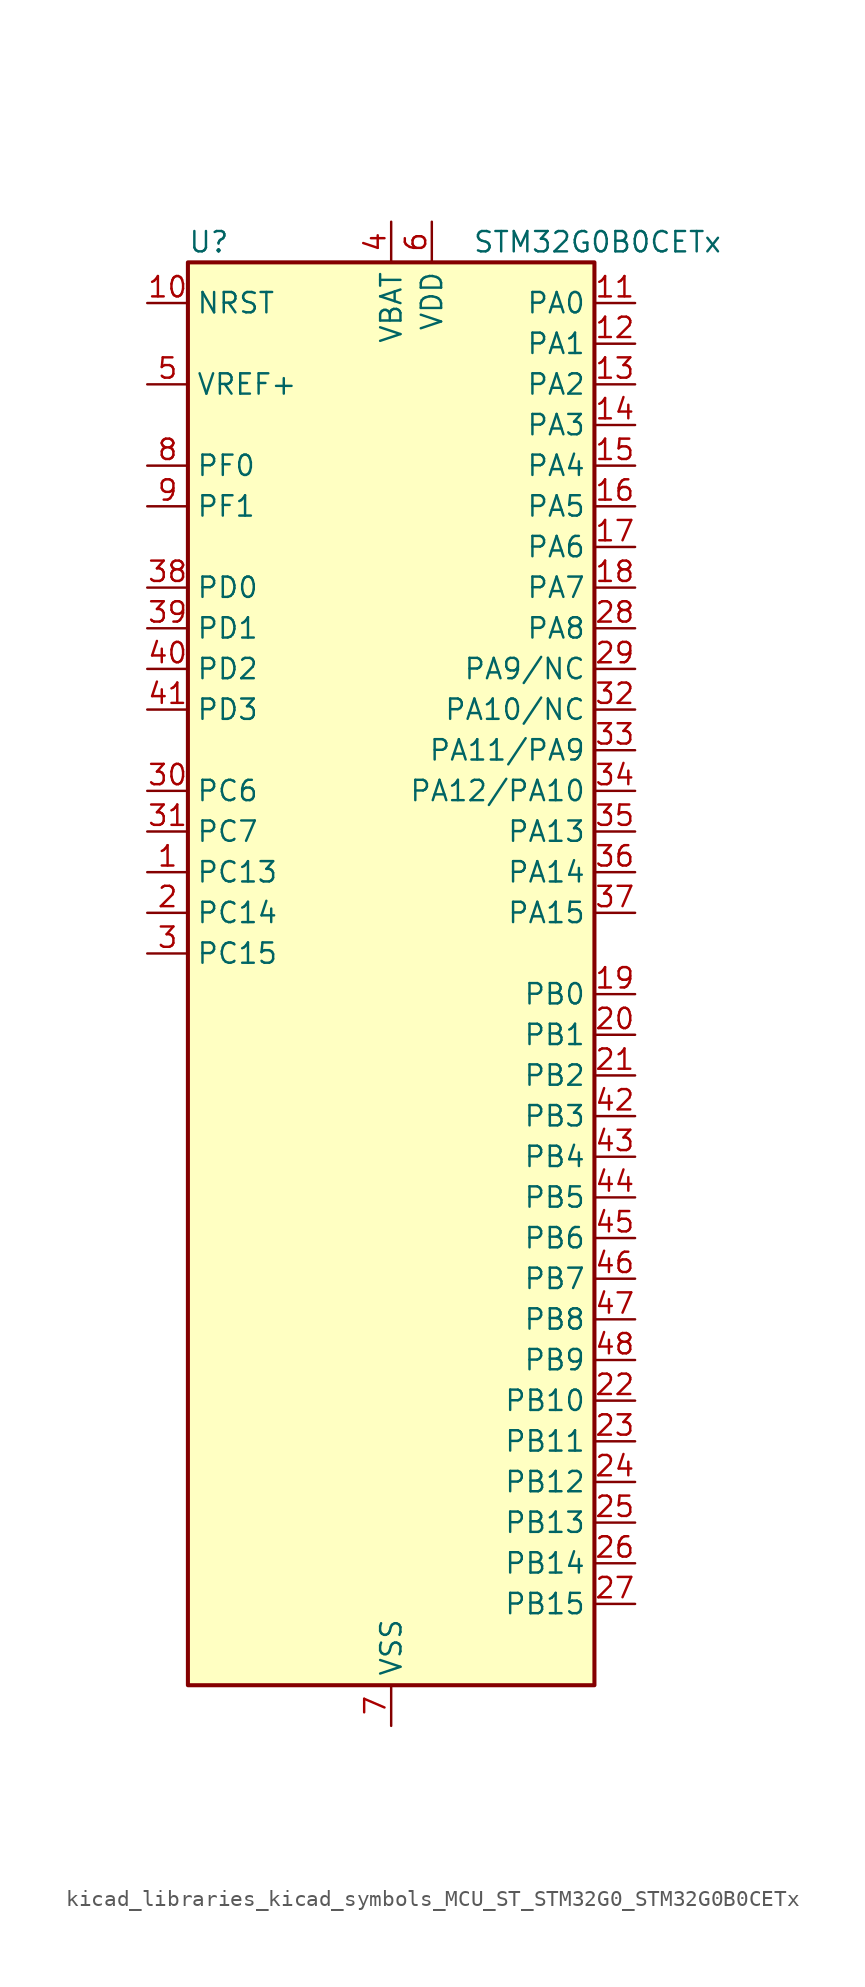
<source format=kicad_sym>
(kicad_symbol_lib
  (version 20220914)
  (generator kicad_symbol_editor)
  (symbol "kicad_libraries_kicad_symbols_MCU_ST_STM32G0_STM32G0B0CETx"
    (property "Reference" "U"
      (at -12.7 46.99 0)
      (effects (font (size 1.27 1.27)) (justify left)))
    (property "Value" "STM32G0B0CETx"
      (at 5.08 46.99 0)
      (effects (font (size 1.27 1.27)) (justify left)))
    (property "ki_locked" ""
      (at 0 0 0)
      (effects (font (size 1.27 1.27))))
    (symbol "kicad_libraries_kicad_symbols_MCU_ST_STM32G0_STM32G0B0CETx_0_1"
      (rectangle (start -12.7 -43.18) (end 12.7 45.72) (stroke (width 0.254) (type default)) (fill (type background))))
    (symbol "kicad_libraries_kicad_symbols_MCU_ST_STM32G0_STM32G0B0CETx_1_1"
      (pin bidirectional line (at -15.24 7.62 0) (length 2.54) (name "PC13" (effects (font (size 1.27 1.27)))) (number "1" (effects (font (size 1.27 1.27)))) (alternate "RTC_OUT1" bidirectional line) (alternate "RTC_TAMP_IN1" bidirectional line) (alternate "RTC_TS" bidirectional line) (alternate "SYS_WKUP2" bidirectional line) (alternate "TIM1_BK" bidirectional line))
      (pin input line (at -15.24 43.18 0) (length 2.54) (name "NRST" (effects (font (size 1.27 1.27)))) (number "10" (effects (font (size 1.27 1.27)))))
      (pin bidirectional line (at 15.24 43.18 180) (length 2.54) (name "PA0" (effects (font (size 1.27 1.27)))) (number "11" (effects (font (size 1.27 1.27)))) (alternate "ADC1_IN0" bidirectional line) (alternate "I2S2_CK" bidirectional line) (alternate "RTC_TAMP_IN2" bidirectional line) (alternate "SPI2_SCK" bidirectional line) (alternate "SYS_WKUP1" bidirectional line) (alternate "USART2_CTS" bidirectional line) (alternate "USART2_NSS" bidirectional line) (alternate "USART4_TX" bidirectional line))
      (pin bidirectional line (at 15.24 40.64 180) (length 2.54) (name "PA1" (effects (font (size 1.27 1.27)))) (number "12" (effects (font (size 1.27 1.27)))) (alternate "ADC1_IN1" bidirectional line) (alternate "I2C1_SMBA" bidirectional line) (alternate "I2S1_CK" bidirectional line) (alternate "SPI1_SCK" bidirectional line) (alternate "TIM15_CH1N" bidirectional line) (alternate "USART2_CK" bidirectional line) (alternate "USART2_DE" bidirectional line) (alternate "USART2_RTS" bidirectional line) (alternate "USART4_RX" bidirectional line))
      (pin bidirectional line (at 15.24 38.1 180) (length 2.54) (name "PA2" (effects (font (size 1.27 1.27)))) (number "13" (effects (font (size 1.27 1.27)))) (alternate "ADC1_IN2" bidirectional line) (alternate "I2S1_SD" bidirectional line) (alternate "RCC_LSCO" bidirectional line) (alternate "SPI1_MOSI" bidirectional line) (alternate "SYS_WKUP4" bidirectional line) (alternate "TIM15_CH1" bidirectional line) (alternate "USART2_TX" bidirectional line))
      (pin bidirectional line (at 15.24 35.56 180) (length 2.54) (name "PA3" (effects (font (size 1.27 1.27)))) (number "14" (effects (font (size 1.27 1.27)))) (alternate "ADC1_IN3" bidirectional line) (alternate "I2S2_MCK" bidirectional line) (alternate "SPI2_MISO" bidirectional line) (alternate "TIM15_CH2" bidirectional line) (alternate "USART2_RX" bidirectional line))
      (pin bidirectional line (at 15.24 33.02 180) (length 2.54) (name "PA4" (effects (font (size 1.27 1.27)))) (number "15" (effects (font (size 1.27 1.27)))) (alternate "ADC1_IN4" bidirectional line) (alternate "I2S1_WS" bidirectional line) (alternate "I2S2_SD" bidirectional line) (alternate "RTC_OUT2" bidirectional line) (alternate "SPI1_NSS" bidirectional line) (alternate "SPI2_MOSI" bidirectional line) (alternate "SPI3_NSS" bidirectional line) (alternate "TIM14_CH1" bidirectional line) (alternate "USART6_TX" bidirectional line) (alternate "USB_NOE" bidirectional line))
      (pin bidirectional line (at 15.24 30.48 180) (length 2.54) (name "PA5" (effects (font (size 1.27 1.27)))) (number "16" (effects (font (size 1.27 1.27)))) (alternate "ADC1_IN5" bidirectional line) (alternate "I2S1_CK" bidirectional line) (alternate "SPI1_SCK" bidirectional line) (alternate "USART3_TX" bidirectional line) (alternate "USART6_RX" bidirectional line))
      (pin bidirectional line (at 15.24 27.94 180) (length 2.54) (name "PA6" (effects (font (size 1.27 1.27)))) (number "17" (effects (font (size 1.27 1.27)))) (alternate "ADC1_IN6" bidirectional line) (alternate "I2C2_SDA" bidirectional line) (alternate "I2C3_SDA" bidirectional line) (alternate "I2S1_MCK" bidirectional line) (alternate "SPI1_MISO" bidirectional line) (alternate "TIM16_CH1" bidirectional line) (alternate "TIM1_BK" bidirectional line) (alternate "TIM3_CH1" bidirectional line) (alternate "USART3_CTS" bidirectional line) (alternate "USART3_NSS" bidirectional line) (alternate "USART6_CTS" bidirectional line) (alternate "USART6_NSS" bidirectional line))
      (pin bidirectional line (at 15.24 25.4 180) (length 2.54) (name "PA7" (effects (font (size 1.27 1.27)))) (number "18" (effects (font (size 1.27 1.27)))) (alternate "ADC1_IN7" bidirectional line) (alternate "I2C2_SCL" bidirectional line) (alternate "I2C3_SCL" bidirectional line) (alternate "I2S1_SD" bidirectional line) (alternate "SPI1_MOSI" bidirectional line) (alternate "TIM14_CH1" bidirectional line) (alternate "TIM17_CH1" bidirectional line) (alternate "TIM1_CH1N" bidirectional line) (alternate "TIM3_CH2" bidirectional line) (alternate "USART6_CK" bidirectional line) (alternate "USART6_DE" bidirectional line) (alternate "USART6_RTS" bidirectional line))
      (pin bidirectional line (at 15.24 0 180) (length 2.54) (name "PB0" (effects (font (size 1.27 1.27)))) (number "19" (effects (font (size 1.27 1.27)))) (alternate "ADC1_IN8" bidirectional line) (alternate "I2S1_WS" bidirectional line) (alternate "SPI1_NSS" bidirectional line) (alternate "TIM1_CH2N" bidirectional line) (alternate "TIM3_CH3" bidirectional line) (alternate "USART3_RX" bidirectional line) (alternate "USART5_TX" bidirectional line))
      (pin bidirectional line (at -15.24 5.08 0) (length 2.54) (name "PC14" (effects (font (size 1.27 1.27)))) (number "2" (effects (font (size 1.27 1.27)))) (alternate "RCC_OSC32_IN" bidirectional line) (alternate "TIM1_BK2" bidirectional line))
      (pin bidirectional line (at 15.24 -2.54 180) (length 2.54) (name "PB1" (effects (font (size 1.27 1.27)))) (number "20" (effects (font (size 1.27 1.27)))) (alternate "ADC1_IN9" bidirectional line) (alternate "TIM14_CH1" bidirectional line) (alternate "TIM1_CH3N" bidirectional line) (alternate "TIM3_CH4" bidirectional line) (alternate "USART3_CK" bidirectional line) (alternate "USART3_DE" bidirectional line) (alternate "USART3_RTS" bidirectional line) (alternate "USART5_RX" bidirectional line))
      (pin bidirectional line (at 15.24 -5.08 180) (length 2.54) (name "PB2" (effects (font (size 1.27 1.27)))) (number "21" (effects (font (size 1.27 1.27)))) (alternate "ADC1_IN10" bidirectional line) (alternate "I2S2_MCK" bidirectional line) (alternate "RCC_MCO_2" bidirectional line) (alternate "SPI2_MISO" bidirectional line) (alternate "USART3_TX" bidirectional line))
      (pin bidirectional line (at 15.24 -25.4 180) (length 2.54) (name "PB10" (effects (font (size 1.27 1.27)))) (number "22" (effects (font (size 1.27 1.27)))) (alternate "ADC1_IN11" bidirectional line) (alternate "I2C2_SCL" bidirectional line) (alternate "I2S2_CK" bidirectional line) (alternate "SPI2_SCK" bidirectional line) (alternate "USART3_TX" bidirectional line))
      (pin bidirectional line (at 15.24 -27.94 180) (length 2.54) (name "PB11" (effects (font (size 1.27 1.27)))) (number "23" (effects (font (size 1.27 1.27)))) (alternate "ADC1_EXTI11" bidirectional line) (alternate "ADC1_IN15" bidirectional line) (alternate "I2C2_SDA" bidirectional line) (alternate "I2S2_SD" bidirectional line) (alternate "SPI2_MOSI" bidirectional line) (alternate "USART3_RX" bidirectional line))
      (pin bidirectional line (at 15.24 -30.48 180) (length 2.54) (name "PB12" (effects (font (size 1.27 1.27)))) (number "24" (effects (font (size 1.27 1.27)))) (alternate "ADC1_IN16" bidirectional line) (alternate "I2C2_SMBA" bidirectional line) (alternate "I2S2_WS" bidirectional line) (alternate "SPI2_NSS" bidirectional line) (alternate "TIM15_BK" bidirectional line) (alternate "TIM1_BK" bidirectional line))
      (pin bidirectional line (at 15.24 -33.02 180) (length 2.54) (name "PB13" (effects (font (size 1.27 1.27)))) (number "25" (effects (font (size 1.27 1.27)))) (alternate "I2C2_SCL" bidirectional line) (alternate "I2S2_CK" bidirectional line) (alternate "SPI2_SCK" bidirectional line) (alternate "TIM15_CH1N" bidirectional line) (alternate "TIM1_CH1N" bidirectional line) (alternate "USART3_CTS" bidirectional line) (alternate "USART3_NSS" bidirectional line))
      (pin bidirectional line (at 15.24 -35.56 180) (length 2.54) (name "PB14" (effects (font (size 1.27 1.27)))) (number "26" (effects (font (size 1.27 1.27)))) (alternate "I2C2_SDA" bidirectional line) (alternate "I2S2_MCK" bidirectional line) (alternate "SPI2_MISO" bidirectional line) (alternate "TIM15_CH1" bidirectional line) (alternate "TIM1_CH2N" bidirectional line) (alternate "USART3_CK" bidirectional line) (alternate "USART3_DE" bidirectional line) (alternate "USART3_RTS" bidirectional line) (alternate "USART6_CK" bidirectional line) (alternate "USART6_DE" bidirectional line) (alternate "USART6_RTS" bidirectional line))
      (pin bidirectional line (at 15.24 -38.1 180) (length 2.54) (name "PB15" (effects (font (size 1.27 1.27)))) (number "27" (effects (font (size 1.27 1.27)))) (alternate "I2S2_SD" bidirectional line) (alternate "RTC_REFIN" bidirectional line) (alternate "SPI2_MOSI" bidirectional line) (alternate "TIM15_CH1N" bidirectional line) (alternate "TIM15_CH2" bidirectional line) (alternate "TIM1_CH3N" bidirectional line) (alternate "USART6_CTS" bidirectional line) (alternate "USART6_NSS" bidirectional line))
      (pin bidirectional line (at 15.24 22.86 180) (length 2.54) (name "PA8" (effects (font (size 1.27 1.27)))) (number "28" (effects (font (size 1.27 1.27)))) (alternate "CRS1_SYNC" bidirectional line) (alternate "I2C2_SMBA" bidirectional line) (alternate "I2S2_WS" bidirectional line) (alternate "RCC_MCO" bidirectional line) (alternate "SPI2_NSS" bidirectional line) (alternate "TIM1_CH1" bidirectional line))
      (pin bidirectional line (at 15.24 20.32 180) (length 2.54) (name "PA9/NC" (effects (font (size 1.27 1.27)))) (number "29" (effects (font (size 1.27 1.27)))) (alternate "I2C1_SCL" bidirectional line) (alternate "I2C2_SCL" bidirectional line) (alternate "I2S2_MCK" bidirectional line) (alternate "RCC_MCO" bidirectional line) (alternate "SPI2_MISO" bidirectional line) (alternate "TIM15_BK" bidirectional line) (alternate "TIM1_CH2" bidirectional line) (alternate "USART1_TX" bidirectional line))
      (pin bidirectional line (at -15.24 2.54 0) (length 2.54) (name "PC15" (effects (font (size 1.27 1.27)))) (number "3" (effects (font (size 1.27 1.27)))) (alternate "RCC_OSC32_EN" bidirectional line) (alternate "RCC_OSC32_OUT" bidirectional line) (alternate "RCC_OSC_EN" bidirectional line) (alternate "TIM15_BK" bidirectional line))
      (pin bidirectional line (at -15.24 12.7 0) (length 2.54) (name "PC6" (effects (font (size 1.27 1.27)))) (number "30" (effects (font (size 1.27 1.27)))) (alternate "TIM3_CH1" bidirectional line))
      (pin bidirectional line (at -15.24 10.16 0) (length 2.54) (name "PC7" (effects (font (size 1.27 1.27)))) (number "31" (effects (font (size 1.27 1.27)))) (alternate "TIM3_CH2" bidirectional line))
      (pin bidirectional line (at 15.24 17.78 180) (length 2.54) (name "PA10/NC" (effects (font (size 1.27 1.27)))) (number "32" (effects (font (size 1.27 1.27)))) (alternate "I2C1_SDA" bidirectional line) (alternate "I2C2_SDA" bidirectional line) (alternate "I2S2_SD" bidirectional line) (alternate "RCC_MCO_2" bidirectional line) (alternate "SPI2_MOSI" bidirectional line) (alternate "TIM17_BK" bidirectional line) (alternate "TIM1_CH3" bidirectional line) (alternate "USART1_RX" bidirectional line))
      (pin bidirectional line (at 15.24 15.24 180) (length 2.54) (name "PA11/PA9" (effects (font (size 1.27 1.27)))) (number "33" (effects (font (size 1.27 1.27)))) (alternate "ADC1_EXTI11" bidirectional line) (alternate "I2C2_SCL" bidirectional line) (alternate "I2S1_MCK" bidirectional line) (alternate "SPI1_MISO" bidirectional line) (alternate "TIM1_BK2" bidirectional line) (alternate "TIM1_CH4" bidirectional line) (alternate "USART1_CTS" bidirectional line) (alternate "USART1_NSS" bidirectional line) (alternate "USB_DM" bidirectional line))
      (pin bidirectional line (at 15.24 12.7 180) (length 2.54) (name "PA12/PA10" (effects (font (size 1.27 1.27)))) (number "34" (effects (font (size 1.27 1.27)))) (alternate "I2C2_SDA" bidirectional line) (alternate "I2S1_SD" bidirectional line) (alternate "I2S_CKIN" bidirectional line) (alternate "SPI1_MOSI" bidirectional line) (alternate "TIM1_ETR" bidirectional line) (alternate "USART1_CK" bidirectional line) (alternate "USART1_DE" bidirectional line) (alternate "USART1_RTS" bidirectional line) (alternate "USB_DP" bidirectional line))
      (pin bidirectional line (at 15.24 10.16 180) (length 2.54) (name "PA13" (effects (font (size 1.27 1.27)))) (number "35" (effects (font (size 1.27 1.27)))) (alternate "IR_OUT" bidirectional line) (alternate "SYS_SWDIO" bidirectional line) (alternate "USB_NOE" bidirectional line))
      (pin bidirectional line (at 15.24 7.62 180) (length 2.54) (name "PA14" (effects (font (size 1.27 1.27)))) (number "36" (effects (font (size 1.27 1.27)))) (alternate "SYS_SWCLK" bidirectional line) (alternate "USART2_TX" bidirectional line))
      (pin bidirectional line (at 15.24 5.08 180) (length 2.54) (name "PA15" (effects (font (size 1.27 1.27)))) (number "37" (effects (font (size 1.27 1.27)))) (alternate "I2C2_SMBA" bidirectional line) (alternate "I2S1_WS" bidirectional line) (alternate "RCC_MCO_2" bidirectional line) (alternate "SPI1_NSS" bidirectional line) (alternate "SPI3_NSS" bidirectional line) (alternate "USART2_RX" bidirectional line) (alternate "USART3_CK" bidirectional line) (alternate "USART3_DE" bidirectional line) (alternate "USART3_RTS" bidirectional line) (alternate "USART4_CK" bidirectional line) (alternate "USART4_DE" bidirectional line) (alternate "USART4_RTS" bidirectional line) (alternate "USB_NOE" bidirectional line))
      (pin bidirectional line (at -15.24 25.4 0) (length 2.54) (name "PD0" (effects (font (size 1.27 1.27)))) (number "38" (effects (font (size 1.27 1.27)))) (alternate "I2S2_WS" bidirectional line) (alternate "SPI2_NSS" bidirectional line) (alternate "TIM16_CH1" bidirectional line))
      (pin bidirectional line (at -15.24 22.86 0) (length 2.54) (name "PD1" (effects (font (size 1.27 1.27)))) (number "39" (effects (font (size 1.27 1.27)))) (alternate "I2S2_CK" bidirectional line) (alternate "SPI2_SCK" bidirectional line) (alternate "TIM17_CH1" bidirectional line))
      (pin power_in line (at 0 48.26 270) (length 2.54) (name "VBAT" (effects (font (size 1.27 1.27)))) (number "4" (effects (font (size 1.27 1.27)))))
      (pin bidirectional line (at -15.24 20.32 0) (length 2.54) (name "PD2" (effects (font (size 1.27 1.27)))) (number "40" (effects (font (size 1.27 1.27)))) (alternate "TIM1_CH1N" bidirectional line) (alternate "TIM3_ETR" bidirectional line) (alternate "USART3_CK" bidirectional line) (alternate "USART3_DE" bidirectional line) (alternate "USART3_RTS" bidirectional line) (alternate "USART5_RX" bidirectional line))
      (pin bidirectional line (at -15.24 17.78 0) (length 2.54) (name "PD3" (effects (font (size 1.27 1.27)))) (number "41" (effects (font (size 1.27 1.27)))) (alternate "I2S2_MCK" bidirectional line) (alternate "SPI2_MISO" bidirectional line) (alternate "TIM1_CH2N" bidirectional line) (alternate "USART2_CTS" bidirectional line) (alternate "USART2_NSS" bidirectional line) (alternate "USART5_TX" bidirectional line))
      (pin bidirectional line (at 15.24 -7.62 180) (length 2.54) (name "PB3" (effects (font (size 1.27 1.27)))) (number "42" (effects (font (size 1.27 1.27)))) (alternate "I2C2_SCL" bidirectional line) (alternate "I2C3_SCL" bidirectional line) (alternate "I2S1_CK" bidirectional line) (alternate "SPI1_SCK" bidirectional line) (alternate "SPI3_SCK" bidirectional line) (alternate "TIM1_CH2" bidirectional line) (alternate "USART1_CK" bidirectional line) (alternate "USART1_DE" bidirectional line) (alternate "USART1_RTS" bidirectional line) (alternate "USART5_TX" bidirectional line))
      (pin bidirectional line (at 15.24 -10.16 180) (length 2.54) (name "PB4" (effects (font (size 1.27 1.27)))) (number "43" (effects (font (size 1.27 1.27)))) (alternate "I2C2_SDA" bidirectional line) (alternate "I2C3_SDA" bidirectional line) (alternate "I2S1_MCK" bidirectional line) (alternate "SPI1_MISO" bidirectional line) (alternate "SPI3_MISO" bidirectional line) (alternate "TIM17_BK" bidirectional line) (alternate "TIM3_CH1" bidirectional line) (alternate "USART1_CTS" bidirectional line) (alternate "USART1_NSS" bidirectional line) (alternate "USART5_RX" bidirectional line))
      (pin bidirectional line (at 15.24 -12.7 180) (length 2.54) (name "PB5" (effects (font (size 1.27 1.27)))) (number "44" (effects (font (size 1.27 1.27)))) (alternate "I2C1_SMBA" bidirectional line) (alternate "I2S1_SD" bidirectional line) (alternate "SPI1_MOSI" bidirectional line) (alternate "SPI3_MOSI" bidirectional line) (alternate "SYS_WKUP6" bidirectional line) (alternate "TIM16_BK" bidirectional line) (alternate "TIM3_CH2" bidirectional line) (alternate "USART5_CK" bidirectional line) (alternate "USART5_DE" bidirectional line) (alternate "USART5_RTS" bidirectional line))
      (pin bidirectional line (at 15.24 -15.24 180) (length 2.54) (name "PB6" (effects (font (size 1.27 1.27)))) (number "45" (effects (font (size 1.27 1.27)))) (alternate "I2C1_SCL" bidirectional line) (alternate "I2S2_MCK" bidirectional line) (alternate "SPI2_MISO" bidirectional line) (alternate "TIM16_CH1N" bidirectional line) (alternate "TIM1_CH3" bidirectional line) (alternate "TIM4_CH1" bidirectional line) (alternate "USART1_TX" bidirectional line) (alternate "USART5_CTS" bidirectional line) (alternate "USART5_NSS" bidirectional line))
      (pin bidirectional line (at 15.24 -17.78 180) (length 2.54) (name "PB7" (effects (font (size 1.27 1.27)))) (number "46" (effects (font (size 1.27 1.27)))) (alternate "I2C1_SDA" bidirectional line) (alternate "I2S2_SD" bidirectional line) (alternate "SPI2_MOSI" bidirectional line) (alternate "TIM17_CH1N" bidirectional line) (alternate "TIM4_CH2" bidirectional line) (alternate "USART1_RX" bidirectional line) (alternate "USART4_CTS" bidirectional line) (alternate "USART4_NSS" bidirectional line))
      (pin bidirectional line (at 15.24 -20.32 180) (length 2.54) (name "PB8" (effects (font (size 1.27 1.27)))) (number "47" (effects (font (size 1.27 1.27)))) (alternate "I2C1_SCL" bidirectional line) (alternate "I2S2_CK" bidirectional line) (alternate "SPI2_SCK" bidirectional line) (alternate "TIM15_BK" bidirectional line) (alternate "TIM16_CH1" bidirectional line) (alternate "TIM4_CH3" bidirectional line) (alternate "USART3_TX" bidirectional line) (alternate "USART6_TX" bidirectional line))
      (pin bidirectional line (at 15.24 -22.86 180) (length 2.54) (name "PB9" (effects (font (size 1.27 1.27)))) (number "48" (effects (font (size 1.27 1.27)))) (alternate "I2C1_SDA" bidirectional line) (alternate "I2S2_WS" bidirectional line) (alternate "IR_OUT" bidirectional line) (alternate "SPI2_NSS" bidirectional line) (alternate "TIM17_CH1" bidirectional line) (alternate "TIM4_CH4" bidirectional line) (alternate "USART3_RX" bidirectional line) (alternate "USART6_RX" bidirectional line))
      (pin input line (at -15.24 38.1 0) (length 2.54) (name "VREF+" (effects (font (size 1.27 1.27)))) (number "5" (effects (font (size 1.27 1.27)))))
      (pin power_in line (at 2.54 48.26 270) (length 2.54) (name "VDD" (effects (font (size 1.27 1.27)))) (number "6" (effects (font (size 1.27 1.27)))))
      (pin power_in line (at 0 -45.72 90) (length 2.54) (name "VSS" (effects (font (size 1.27 1.27)))) (number "7" (effects (font (size 1.27 1.27)))))
      (pin bidirectional line (at -15.24 33.02 0) (length 2.54) (name "PF0" (effects (font (size 1.27 1.27)))) (number "8" (effects (font (size 1.27 1.27)))) (alternate "CRS1_SYNC" bidirectional line) (alternate "RCC_OSC_IN" bidirectional line) (alternate "TIM14_CH1" bidirectional line))
      (pin bidirectional line (at -15.24 30.48 0) (length 2.54) (name "PF1" (effects (font (size 1.27 1.27)))) (number "9" (effects (font (size 1.27 1.27)))) (alternate "RCC_OSC_EN" bidirectional line) (alternate "RCC_OSC_OUT" bidirectional line) (alternate "TIM15_CH1N" bidirectional line)))))
</source>
